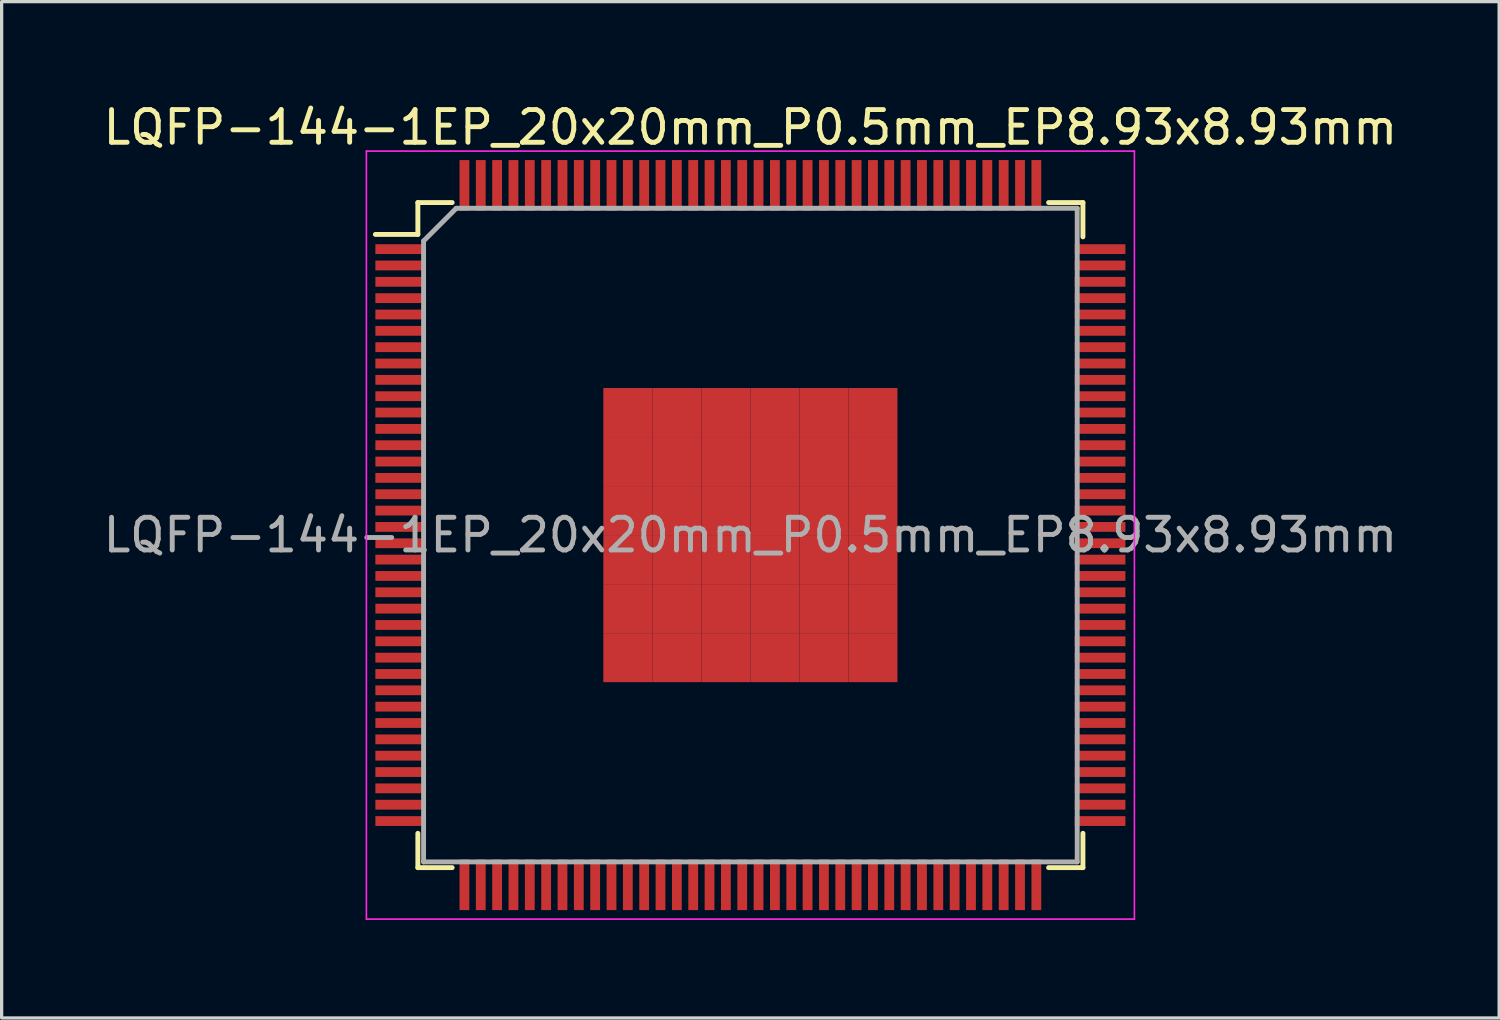
<source format=kicad_pcb>
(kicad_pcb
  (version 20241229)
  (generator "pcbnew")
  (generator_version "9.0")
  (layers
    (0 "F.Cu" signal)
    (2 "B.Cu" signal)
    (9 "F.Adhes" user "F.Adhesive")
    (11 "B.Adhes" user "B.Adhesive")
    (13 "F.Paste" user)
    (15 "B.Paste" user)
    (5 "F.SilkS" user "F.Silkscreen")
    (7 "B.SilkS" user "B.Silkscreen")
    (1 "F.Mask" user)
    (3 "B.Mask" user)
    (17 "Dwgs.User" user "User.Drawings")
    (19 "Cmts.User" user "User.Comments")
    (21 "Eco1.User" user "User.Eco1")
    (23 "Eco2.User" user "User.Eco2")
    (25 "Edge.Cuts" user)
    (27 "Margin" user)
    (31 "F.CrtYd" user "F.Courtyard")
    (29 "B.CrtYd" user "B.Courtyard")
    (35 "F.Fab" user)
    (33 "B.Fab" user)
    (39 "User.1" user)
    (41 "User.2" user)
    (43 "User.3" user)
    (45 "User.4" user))
  (footprint "LQFP-144-1EP_20x20mm_P0.5mm_EP8.93x8.93mm"
    (layer "F.Cu")
    (at 19.911 13.323)
    (property "Reference" "LQFP-144-1EP_20x20mm_P0.5mm_EP8.93x8.93mm" (at 0 -12.475 0) (layer "F.SilkS") (effects (font (size 1 1) (thickness 0.15))))
    (attr smd)
    (fp_line (start -10.175 -10.175) (end -10.175 -9.2) (stroke (width 0.15) (type solid)) (layer "F.SilkS"))
    (fp_line (start -10.175 -10.175) (end -9.125 -10.175) (stroke (width 0.15) (type solid)) (layer "F.SilkS"))
    (fp_line (start -10.175 -9.2) (end -11.475 -9.2) (stroke (width 0.15) (type solid)) (layer "F.SilkS"))
    (fp_line (start -10.175 10.175) (end -10.175 9.125) (stroke (width 0.15) (type solid)) (layer "F.SilkS"))
    (fp_line (start -10.175 10.175) (end -9.125 10.175) (stroke (width 0.15) (type solid)) (layer "F.SilkS"))
    (fp_line (start 10.175 -10.175) (end 9.125 -10.175) (stroke (width 0.15) (type solid)) (layer "F.SilkS"))
    (fp_line (start 10.175 -10.175) (end 10.175 -9.125) (stroke (width 0.15) (type solid)) (layer "F.SilkS"))
    (fp_line (start 10.175 10.175) (end 9.125 10.175) (stroke (width 0.15) (type solid)) (layer "F.SilkS"))
    (fp_line (start 10.175 10.175) (end 10.175 9.125) (stroke (width 0.15) (type solid)) (layer "F.SilkS"))
    (fp_line (start -11.75 -11.75) (end -11.75 11.75) (stroke (width 0.05) (type solid)) (layer "F.CrtYd"))
    (fp_line (start -11.75 -11.75) (end 11.75 -11.75) (stroke (width 0.05) (type solid)) (layer "F.CrtYd"))
    (fp_line (start -11.75 11.75) (end 11.75 11.75) (stroke (width 0.05) (type solid)) (layer "F.CrtYd"))
    (fp_line (start 11.75 -11.75) (end 11.75 11.75) (stroke (width 0.05) (type solid)) (layer "F.CrtYd"))
    (fp_line (start -10 -9) (end -9 -10) (stroke (width 0.15) (type solid)) (layer "F.Fab"))
    (fp_line (start -10 10) (end -10 -9) (stroke (width 0.15) (type solid)) (layer "F.Fab"))
    (fp_line (start -9 -10) (end 10 -10) (stroke (width 0.15) (type solid)) (layer "F.Fab"))
    (fp_line (start 10 -10) (end 10 10) (stroke (width 0.15) (type solid)) (layer "F.Fab"))
    (fp_line (start 10 10) (end -10 10) (stroke (width 0.15) (type solid)) (layer "F.Fab"))
    (fp_text user "${REFERENCE}" (at 0 0 0) (layer "F.Fab") (effects (font (size 1 1) (thickness 0.15))))
    (pad "1" smd rect (at -10.7 -8.75) (size 1.55 0.3) (layers "F.Cu" "F.Mask" "F.Paste"))
    (pad "2" smd rect (at -10.7 -8.25) (size 1.55 0.3) (layers "F.Cu" "F.Mask" "F.Paste"))
    (pad "3" smd rect (at -10.7 -7.75) (size 1.55 0.3) (layers "F.Cu" "F.Mask" "F.Paste"))
    (pad "4" smd rect (at -10.7 -7.25) (size 1.55 0.3) (layers "F.Cu" "F.Mask" "F.Paste"))
    (pad "5" smd rect (at -10.7 -6.75) (size 1.55 0.3) (layers "F.Cu" "F.Mask" "F.Paste"))
    (pad "6" smd rect (at -10.7 -6.25) (size 1.55 0.3) (layers "F.Cu" "F.Mask" "F.Paste"))
    (pad "7" smd rect (at -10.7 -5.75) (size 1.55 0.3) (layers "F.Cu" "F.Mask" "F.Paste"))
    (pad "8" smd rect (at -10.7 -5.25) (size 1.55 0.3) (layers "F.Cu" "F.Mask" "F.Paste"))
    (pad "9" smd rect (at -10.7 -4.75) (size 1.55 0.3) (layers "F.Cu" "F.Mask" "F.Paste"))
    (pad "10" smd rect (at -10.7 -4.25) (size 1.55 0.3) (layers "F.Cu" "F.Mask" "F.Paste"))
    (pad "11" smd rect (at -10.7 -3.75) (size 1.55 0.3) (layers "F.Cu" "F.Mask" "F.Paste"))
    (pad "12" smd rect (at -10.7 -3.25) (size 1.55 0.3) (layers "F.Cu" "F.Mask" "F.Paste"))
    (pad "13" smd rect (at -10.7 -2.75) (size 1.55 0.3) (layers "F.Cu" "F.Mask" "F.Paste"))
    (pad "14" smd rect (at -10.7 -2.25) (size 1.55 0.3) (layers "F.Cu" "F.Mask" "F.Paste"))
    (pad "15" smd rect (at -10.7 -1.75) (size 1.55 0.3) (layers "F.Cu" "F.Mask" "F.Paste"))
    (pad "16" smd rect (at -10.7 -1.25) (size 1.55 0.3) (layers "F.Cu" "F.Mask" "F.Paste"))
    (pad "17" smd rect (at -10.7 -0.75) (size 1.55 0.3) (layers "F.Cu" "F.Mask" "F.Paste"))
    (pad "18" smd rect (at -10.7 -0.25) (size 1.55 0.3) (layers "F.Cu" "F.Mask" "F.Paste"))
    (pad "19" smd rect (at -10.7 0.25) (size 1.55 0.3) (layers "F.Cu" "F.Mask" "F.Paste"))
    (pad "20" smd rect (at -10.7 0.75) (size 1.55 0.3) (layers "F.Cu" "F.Mask" "F.Paste"))
    (pad "21" smd rect (at -10.7 1.25) (size 1.55 0.3) (layers "F.Cu" "F.Mask" "F.Paste"))
    (pad "22" smd rect (at -10.7 1.75) (size 1.55 0.3) (layers "F.Cu" "F.Mask" "F.Paste"))
    (pad "23" smd rect (at -10.7 2.25) (size 1.55 0.3) (layers "F.Cu" "F.Mask" "F.Paste"))
    (pad "24" smd rect (at -10.7 2.75) (size 1.55 0.3) (layers "F.Cu" "F.Mask" "F.Paste"))
    (pad "25" smd rect (at -10.7 3.25) (size 1.55 0.3) (layers "F.Cu" "F.Mask" "F.Paste"))
    (pad "26" smd rect (at -10.7 3.75) (size 1.55 0.3) (layers "F.Cu" "F.Mask" "F.Paste"))
    (pad "27" smd rect (at -10.7 4.25) (size 1.55 0.3) (layers "F.Cu" "F.Mask" "F.Paste"))
    (pad "28" smd rect (at -10.7 4.75) (size 1.55 0.3) (layers "F.Cu" "F.Mask" "F.Paste"))
    (pad "29" smd rect (at -10.7 5.25) (size 1.55 0.3) (layers "F.Cu" "F.Mask" "F.Paste"))
    (pad "30" smd rect (at -10.7 5.75) (size 1.55 0.3) (layers "F.Cu" "F.Mask" "F.Paste"))
    (pad "31" smd rect (at -10.7 6.25) (size 1.55 0.3) (layers "F.Cu" "F.Mask" "F.Paste"))
    (pad "32" smd rect (at -10.7 6.75) (size 1.55 0.3) (layers "F.Cu" "F.Mask" "F.Paste"))
    (pad "33" smd rect (at -10.7 7.25) (size 1.55 0.3) (layers "F.Cu" "F.Mask" "F.Paste"))
    (pad "34" smd rect (at -10.7 7.75) (size 1.55 0.3) (layers "F.Cu" "F.Mask" "F.Paste"))
    (pad "35" smd rect (at -10.7 8.25) (size 1.55 0.3) (layers "F.Cu" "F.Mask" "F.Paste"))
    (pad "36" smd rect (at -10.7 8.75) (size 1.55 0.3) (layers "F.Cu" "F.Mask" "F.Paste"))
    (pad "37" smd rect (at -8.75 10.7 90) (size 1.55 0.3) (layers "F.Cu" "F.Mask" "F.Paste"))
    (pad "38" smd rect (at -8.25 10.7 90) (size 1.55 0.3) (layers "F.Cu" "F.Mask" "F.Paste"))
    (pad "39" smd rect (at -7.75 10.7 90) (size 1.55 0.3) (layers "F.Cu" "F.Mask" "F.Paste"))
    (pad "40" smd rect (at -7.25 10.7 90) (size 1.55 0.3) (layers "F.Cu" "F.Mask" "F.Paste"))
    (pad "41" smd rect (at -6.75 10.7 90) (size 1.55 0.3) (layers "F.Cu" "F.Mask" "F.Paste"))
    (pad "42" smd rect (at -6.25 10.7 90) (size 1.55 0.3) (layers "F.Cu" "F.Mask" "F.Paste"))
    (pad "43" smd rect (at -5.75 10.7 90) (size 1.55 0.3) (layers "F.Cu" "F.Mask" "F.Paste"))
    (pad "44" smd rect (at -5.25 10.7 90) (size 1.55 0.3) (layers "F.Cu" "F.Mask" "F.Paste"))
    (pad "45" smd rect (at -4.75 10.7 90) (size 1.55 0.3) (layers "F.Cu" "F.Mask" "F.Paste"))
    (pad "46" smd rect (at -4.25 10.7 90) (size 1.55 0.3) (layers "F.Cu" "F.Mask" "F.Paste"))
    (pad "47" smd rect (at -3.75 10.7 90) (size 1.55 0.3) (layers "F.Cu" "F.Mask" "F.Paste"))
    (pad "48" smd rect (at -3.25 10.7 90) (size 1.55 0.3) (layers "F.Cu" "F.Mask" "F.Paste"))
    (pad "49" smd rect (at -2.75 10.7 90) (size 1.55 0.3) (layers "F.Cu" "F.Mask" "F.Paste"))
    (pad "50" smd rect (at -2.25 10.7 90) (size 1.55 0.3) (layers "F.Cu" "F.Mask" "F.Paste"))
    (pad "51" smd rect (at -1.75 10.7 90) (size 1.55 0.3) (layers "F.Cu" "F.Mask" "F.Paste"))
    (pad "52" smd rect (at -1.25 10.7 90) (size 1.55 0.3) (layers "F.Cu" "F.Mask" "F.Paste"))
    (pad "53" smd rect (at -0.75 10.7 90) (size 1.55 0.3) (layers "F.Cu" "F.Mask" "F.Paste"))
    (pad "54" smd rect (at -0.25 10.7 90) (size 1.55 0.3) (layers "F.Cu" "F.Mask" "F.Paste"))
    (pad "55" smd rect (at 0.25 10.7 90) (size 1.55 0.3) (layers "F.Cu" "F.Mask" "F.Paste"))
    (pad "56" smd rect (at 0.75 10.7 90) (size 1.55 0.3) (layers "F.Cu" "F.Mask" "F.Paste"))
    (pad "57" smd rect (at 1.25 10.7 90) (size 1.55 0.3) (layers "F.Cu" "F.Mask" "F.Paste"))
    (pad "58" smd rect (at 1.75 10.7 90) (size 1.55 0.3) (layers "F.Cu" "F.Mask" "F.Paste"))
    (pad "59" smd rect (at 2.25 10.7 90) (size 1.55 0.3) (layers "F.Cu" "F.Mask" "F.Paste"))
    (pad "60" smd rect (at 2.75 10.7 90) (size 1.55 0.3) (layers "F.Cu" "F.Mask" "F.Paste"))
    (pad "61" smd rect (at 3.25 10.7 90) (size 1.55 0.3) (layers "F.Cu" "F.Mask" "F.Paste"))
    (pad "62" smd rect (at 3.75 10.7 90) (size 1.55 0.3) (layers "F.Cu" "F.Mask" "F.Paste"))
    (pad "63" smd rect (at 4.25 10.7 90) (size 1.55 0.3) (layers "F.Cu" "F.Mask" "F.Paste"))
    (pad "64" smd rect (at 4.75 10.7 90) (size 1.55 0.3) (layers "F.Cu" "F.Mask" "F.Paste"))
    (pad "65" smd rect (at 5.25 10.7 90) (size 1.55 0.3) (layers "F.Cu" "F.Mask" "F.Paste"))
    (pad "66" smd rect (at 5.75 10.7 90) (size 1.55 0.3) (layers "F.Cu" "F.Mask" "F.Paste"))
    (pad "67" smd rect (at 6.25 10.7 90) (size 1.55 0.3) (layers "F.Cu" "F.Mask" "F.Paste"))
    (pad "68" smd rect (at 6.75 10.7 90) (size 1.55 0.3) (layers "F.Cu" "F.Mask" "F.Paste"))
    (pad "69" smd rect (at 7.25 10.7 90) (size 1.55 0.3) (layers "F.Cu" "F.Mask" "F.Paste"))
    (pad "70" smd rect (at 7.75 10.7 90) (size 1.55 0.3) (layers "F.Cu" "F.Mask" "F.Paste"))
    (pad "71" smd rect (at 8.25 10.7 90) (size 1.55 0.3) (layers "F.Cu" "F.Mask" "F.Paste"))
    (pad "72" smd rect (at 8.75 10.7 90) (size 1.55 0.3) (layers "F.Cu" "F.Mask" "F.Paste"))
    (pad "73" smd rect (at 10.7 8.75) (size 1.55 0.3) (layers "F.Cu" "F.Mask" "F.Paste"))
    (pad "74" smd rect (at 10.7 8.25) (size 1.55 0.3) (layers "F.Cu" "F.Mask" "F.Paste"))
    (pad "75" smd rect (at 10.7 7.75) (size 1.55 0.3) (layers "F.Cu" "F.Mask" "F.Paste"))
    (pad "76" smd rect (at 10.7 7.25) (size 1.55 0.3) (layers "F.Cu" "F.Mask" "F.Paste"))
    (pad "77" smd rect (at 10.7 6.75) (size 1.55 0.3) (layers "F.Cu" "F.Mask" "F.Paste"))
    (pad "78" smd rect (at 10.7 6.25) (size 1.55 0.3) (layers "F.Cu" "F.Mask" "F.Paste"))
    (pad "79" smd rect (at 10.7 5.75) (size 1.55 0.3) (layers "F.Cu" "F.Mask" "F.Paste"))
    (pad "80" smd rect (at 10.7 5.25) (size 1.55 0.3) (layers "F.Cu" "F.Mask" "F.Paste"))
    (pad "81" smd rect (at 10.7 4.75) (size 1.55 0.3) (layers "F.Cu" "F.Mask" "F.Paste"))
    (pad "82" smd rect (at 10.7 4.25) (size 1.55 0.3) (layers "F.Cu" "F.Mask" "F.Paste"))
    (pad "83" smd rect (at 10.7 3.75) (size 1.55 0.3) (layers "F.Cu" "F.Mask" "F.Paste"))
    (pad "84" smd rect (at 10.7 3.25) (size 1.55 0.3) (layers "F.Cu" "F.Mask" "F.Paste"))
    (pad "85" smd rect (at 10.7 2.75) (size 1.55 0.3) (layers "F.Cu" "F.Mask" "F.Paste"))
    (pad "86" smd rect (at 10.7 2.25) (size 1.55 0.3) (layers "F.Cu" "F.Mask" "F.Paste"))
    (pad "87" smd rect (at 10.7 1.75) (size 1.55 0.3) (layers "F.Cu" "F.Mask" "F.Paste"))
    (pad "88" smd rect (at 10.7 1.25) (size 1.55 0.3) (layers "F.Cu" "F.Mask" "F.Paste"))
    (pad "89" smd rect (at 10.7 0.75) (size 1.55 0.3) (layers "F.Cu" "F.Mask" "F.Paste"))
    (pad "90" smd rect (at 10.7 0.25) (size 1.55 0.3) (layers "F.Cu" "F.Mask" "F.Paste"))
    (pad "91" smd rect (at 10.7 -0.25) (size 1.55 0.3) (layers "F.Cu" "F.Mask" "F.Paste"))
    (pad "92" smd rect (at 10.7 -0.75) (size 1.55 0.3) (layers "F.Cu" "F.Mask" "F.Paste"))
    (pad "93" smd rect (at 10.7 -1.25) (size 1.55 0.3) (layers "F.Cu" "F.Mask" "F.Paste"))
    (pad "94" smd rect (at 10.7 -1.75) (size 1.55 0.3) (layers "F.Cu" "F.Mask" "F.Paste"))
    (pad "95" smd rect (at 10.7 -2.25) (size 1.55 0.3) (layers "F.Cu" "F.Mask" "F.Paste"))
    (pad "96" smd rect (at 10.7 -2.75) (size 1.55 0.3) (layers "F.Cu" "F.Mask" "F.Paste"))
    (pad "97" smd rect (at 10.7 -3.25) (size 1.55 0.3) (layers "F.Cu" "F.Mask" "F.Paste"))
    (pad "98" smd rect (at 10.7 -3.75) (size 1.55 0.3) (layers "F.Cu" "F.Mask" "F.Paste"))
    (pad "99" smd rect (at 10.7 -4.25) (size 1.55 0.3) (layers "F.Cu" "F.Mask" "F.Paste"))
    (pad "100" smd rect (at 10.7 -4.75) (size 1.55 0.3) (layers "F.Cu" "F.Mask" "F.Paste"))
    (pad "101" smd rect (at 10.7 -5.25) (size 1.55 0.3) (layers "F.Cu" "F.Mask" "F.Paste"))
    (pad "102" smd rect (at 10.7 -5.75) (size 1.55 0.3) (layers "F.Cu" "F.Mask" "F.Paste"))
    (pad "103" smd rect (at 10.7 -6.25) (size 1.55 0.3) (layers "F.Cu" "F.Mask" "F.Paste"))
    (pad "104" smd rect (at 10.7 -6.75) (size 1.55 0.3) (layers "F.Cu" "F.Mask" "F.Paste"))
    (pad "105" smd rect (at 10.7 -7.25) (size 1.55 0.3) (layers "F.Cu" "F.Mask" "F.Paste"))
    (pad "106" smd rect (at 10.7 -7.75) (size 1.55 0.3) (layers "F.Cu" "F.Mask" "F.Paste"))
    (pad "107" smd rect (at 10.7 -8.25) (size 1.55 0.3) (layers "F.Cu" "F.Mask" "F.Paste"))
    (pad "108" smd rect (at 10.7 -8.75) (size 1.55 0.3) (layers "F.Cu" "F.Mask" "F.Paste"))
    (pad "109" smd rect (at 8.75 -10.7 90) (size 1.55 0.3) (layers "F.Cu" "F.Mask" "F.Paste"))
    (pad "110" smd rect (at 8.25 -10.7 90) (size 1.55 0.3) (layers "F.Cu" "F.Mask" "F.Paste"))
    (pad "111" smd rect (at 7.75 -10.7 90) (size 1.55 0.3) (layers "F.Cu" "F.Mask" "F.Paste"))
    (pad "112" smd rect (at 7.25 -10.7 90) (size 1.55 0.3) (layers "F.Cu" "F.Mask" "F.Paste"))
    (pad "113" smd rect (at 6.75 -10.7 90) (size 1.55 0.3) (layers "F.Cu" "F.Mask" "F.Paste"))
    (pad "114" smd rect (at 6.25 -10.7 90) (size 1.55 0.3) (layers "F.Cu" "F.Mask" "F.Paste"))
    (pad "115" smd rect (at 5.75 -10.7 90) (size 1.55 0.3) (layers "F.Cu" "F.Mask" "F.Paste"))
    (pad "116" smd rect (at 5.25 -10.7 90) (size 1.55 0.3) (layers "F.Cu" "F.Mask" "F.Paste"))
    (pad "117" smd rect (at 4.75 -10.7 90) (size 1.55 0.3) (layers "F.Cu" "F.Mask" "F.Paste"))
    (pad "118" smd rect (at 4.25 -10.7 90) (size 1.55 0.3) (layers "F.Cu" "F.Mask" "F.Paste"))
    (pad "119" smd rect (at 3.75 -10.7 90) (size 1.55 0.3) (layers "F.Cu" "F.Mask" "F.Paste"))
    (pad "120" smd rect (at 3.25 -10.7 90) (size 1.55 0.3) (layers "F.Cu" "F.Mask" "F.Paste"))
    (pad "121" smd rect (at 2.75 -10.7 90) (size 1.55 0.3) (layers "F.Cu" "F.Mask" "F.Paste"))
    (pad "122" smd rect (at 2.25 -10.7 90) (size 1.55 0.3) (layers "F.Cu" "F.Mask" "F.Paste"))
    (pad "123" smd rect (at 1.75 -10.7 90) (size 1.55 0.3) (layers "F.Cu" "F.Mask" "F.Paste"))
    (pad "124" smd rect (at 1.25 -10.7 90) (size 1.55 0.3) (layers "F.Cu" "F.Mask" "F.Paste"))
    (pad "125" smd rect (at 0.75 -10.7 90) (size 1.55 0.3) (layers "F.Cu" "F.Mask" "F.Paste"))
    (pad "126" smd rect (at 0.25 -10.7 90) (size 1.55 0.3) (layers "F.Cu" "F.Mask" "F.Paste"))
    (pad "127" smd rect (at -0.25 -10.7 90) (size 1.55 0.3) (layers "F.Cu" "F.Mask" "F.Paste"))
    (pad "128" smd rect (at -0.75 -10.7 90) (size 1.55 0.3) (layers "F.Cu" "F.Mask" "F.Paste"))
    (pad "129" smd rect (at -1.25 -10.7 90) (size 1.55 0.3) (layers "F.Cu" "F.Mask" "F.Paste"))
    (pad "130" smd rect (at -1.75 -10.7 90) (size 1.55 0.3) (layers "F.Cu" "F.Mask" "F.Paste"))
    (pad "131" smd rect (at -2.25 -10.7 90) (size 1.55 0.3) (layers "F.Cu" "F.Mask" "F.Paste"))
    (pad "132" smd rect (at -2.75 -10.7 90) (size 1.55 0.3) (layers "F.Cu" "F.Mask" "F.Paste"))
    (pad "133" smd rect (at -3.25 -10.7 90) (size 1.55 0.3) (layers "F.Cu" "F.Mask" "F.Paste"))
    (pad "134" smd rect (at -3.75 -10.7 90) (size 1.55 0.3) (layers "F.Cu" "F.Mask" "F.Paste"))
    (pad "135" smd rect (at -4.25 -10.7 90) (size 1.55 0.3) (layers "F.Cu" "F.Mask" "F.Paste"))
    (pad "136" smd rect (at -4.75 -10.7 90) (size 1.55 0.3) (layers "F.Cu" "F.Mask" "F.Paste"))
    (pad "137" smd rect (at -5.25 -10.7 90) (size 1.55 0.3) (layers "F.Cu" "F.Mask" "F.Paste"))
    (pad "138" smd rect (at -5.75 -10.7 90) (size 1.55 0.3) (layers "F.Cu" "F.Mask" "F.Paste"))
    (pad "139" smd rect (at -6.25 -10.7 90) (size 1.55 0.3) (layers "F.Cu" "F.Mask" "F.Paste"))
    (pad "140" smd rect (at -6.75 -10.7 90) (size 1.55 0.3) (layers "F.Cu" "F.Mask" "F.Paste"))
    (pad "141" smd rect (at -7.25 -10.7 90) (size 1.55 0.3) (layers "F.Cu" "F.Mask" "F.Paste"))
    (pad "142" smd rect (at -7.75 -10.7 90) (size 1.55 0.3) (layers "F.Cu" "F.Mask" "F.Paste"))
    (pad "143" smd rect (at -8.25 -10.7 90) (size 1.55 0.3) (layers "F.Cu" "F.Mask" "F.Paste"))
    (pad "144" smd rect (at -8.75 -10.7 90) (size 1.55 0.3) (layers "F.Cu" "F.Mask" "F.Paste"))
    (pad "145" smd rect (at -3.75 -3.75) (size 1.5 1.5) (layers "F.Cu" "F.Mask" "F.Paste"))
    (pad "145" smd rect (at -3.75 -2.25) (size 1.5 1.5) (layers "F.Cu" "F.Mask" "F.Paste"))
    (pad "145" smd rect (at -3.75 -0.75) (size 1.5 1.5) (layers "F.Cu" "F.Mask" "F.Paste"))
    (pad "145" smd rect (at -3.75 0.75) (size 1.5 1.5) (layers "F.Cu" "F.Mask" "F.Paste"))
    (pad "145" smd rect (at -3.75 2.25) (size 1.5 1.5) (layers "F.Cu" "F.Mask" "F.Paste"))
    (pad "145" smd rect (at -3.75 3.75) (size 1.5 1.5) (layers "F.Cu" "F.Mask" "F.Paste"))
    (pad "145" smd rect (at -2.25 -3.75) (size 1.5 1.5) (layers "F.Cu" "F.Mask" "F.Paste"))
    (pad "145" smd rect (at -2.25 -2.25) (size 1.5 1.5) (layers "F.Cu" "F.Mask" "F.Paste"))
    (pad "145" smd rect (at -2.25 -0.75) (size 1.5 1.5) (layers "F.Cu" "F.Mask" "F.Paste"))
    (pad "145" smd rect (at -2.25 0.75) (size 1.5 1.5) (layers "F.Cu" "F.Mask" "F.Paste"))
    (pad "145" smd rect (at -2.25 2.25) (size 1.5 1.5) (layers "F.Cu" "F.Mask" "F.Paste"))
    (pad "145" smd rect (at -2.25 3.75) (size 1.5 1.5) (layers "F.Cu" "F.Mask" "F.Paste"))
    (pad "145" smd rect (at -0.75 -3.75) (size 1.5 1.5) (layers "F.Cu" "F.Mask" "F.Paste"))
    (pad "145" smd rect (at -0.75 -2.25) (size 1.5 1.5) (layers "F.Cu" "F.Mask" "F.Paste"))
    (pad "145" smd rect (at -0.75 -0.75) (size 1.5 1.5) (layers "F.Cu" "F.Mask" "F.Paste"))
    (pad "145" smd rect (at -0.75 0.75) (size 1.5 1.5) (layers "F.Cu" "F.Mask" "F.Paste"))
    (pad "145" smd rect (at -0.75 2.25) (size 1.5 1.5) (layers "F.Cu" "F.Mask" "F.Paste"))
    (pad "145" smd rect (at -0.75 3.75) (size 1.5 1.5) (layers "F.Cu" "F.Mask" "F.Paste"))
    (pad "145" smd rect (at 0.75 -3.75) (size 1.5 1.5) (layers "F.Cu" "F.Mask" "F.Paste"))
    (pad "145" smd rect (at 0.75 -2.25) (size 1.5 1.5) (layers "F.Cu" "F.Mask" "F.Paste"))
    (pad "145" smd rect (at 0.75 -0.75) (size 1.5 1.5) (layers "F.Cu" "F.Mask" "F.Paste"))
    (pad "145" smd rect (at 0.75 0.75) (size 1.5 1.5) (layers "F.Cu" "F.Mask" "F.Paste"))
    (pad "145" smd rect (at 0.75 2.25) (size 1.5 1.5) (layers "F.Cu" "F.Mask" "F.Paste"))
    (pad "145" smd rect (at 0.75 3.75) (size 1.5 1.5) (layers "F.Cu" "F.Mask" "F.Paste"))
    (pad "145" smd rect (at 2.25 -3.75) (size 1.5 1.5) (layers "F.Cu" "F.Mask" "F.Paste"))
    (pad "145" smd rect (at 2.25 -2.25) (size 1.5 1.5) (layers "F.Cu" "F.Mask" "F.Paste"))
    (pad "145" smd rect (at 2.25 -0.75) (size 1.5 1.5) (layers "F.Cu" "F.Mask" "F.Paste"))
    (pad "145" smd rect (at 2.25 0.75) (size 1.5 1.5) (layers "F.Cu" "F.Mask" "F.Paste"))
    (pad "145" smd rect (at 2.25 2.25) (size 1.5 1.5) (layers "F.Cu" "F.Mask" "F.Paste"))
    (pad "145" smd rect (at 2.25 3.75) (size 1.5 1.5) (layers "F.Cu" "F.Mask" "F.Paste"))
    (pad "145" smd rect (at 3.75 -3.75) (size 1.5 1.5) (layers "F.Cu" "F.Mask" "F.Paste"))
    (pad "145" smd rect (at 3.75 -2.25) (size 1.5 1.5) (layers "F.Cu" "F.Mask" "F.Paste"))
    (pad "145" smd rect (at 3.75 -0.75) (size 1.5 1.5) (layers "F.Cu" "F.Mask" "F.Paste"))
    (pad "145" smd rect (at 3.75 0.75) (size 1.5 1.5) (layers "F.Cu" "F.Mask" "F.Paste"))
    (pad "145" smd rect (at 3.75 2.25) (size 1.5 1.5) (layers "F.Cu" "F.Mask" "F.Paste"))
    (pad "145" smd rect (at 3.75 3.75) (size 1.5 1.5) (layers "F.Cu" "F.Mask" "F.Paste")))
  (gr_rect
    (start -3 -3)
    (end 42.821 28.098)
    (stroke (width 0.1) (type default))
    (fill no)
    (layer "Edge.Cuts")))
</source>
